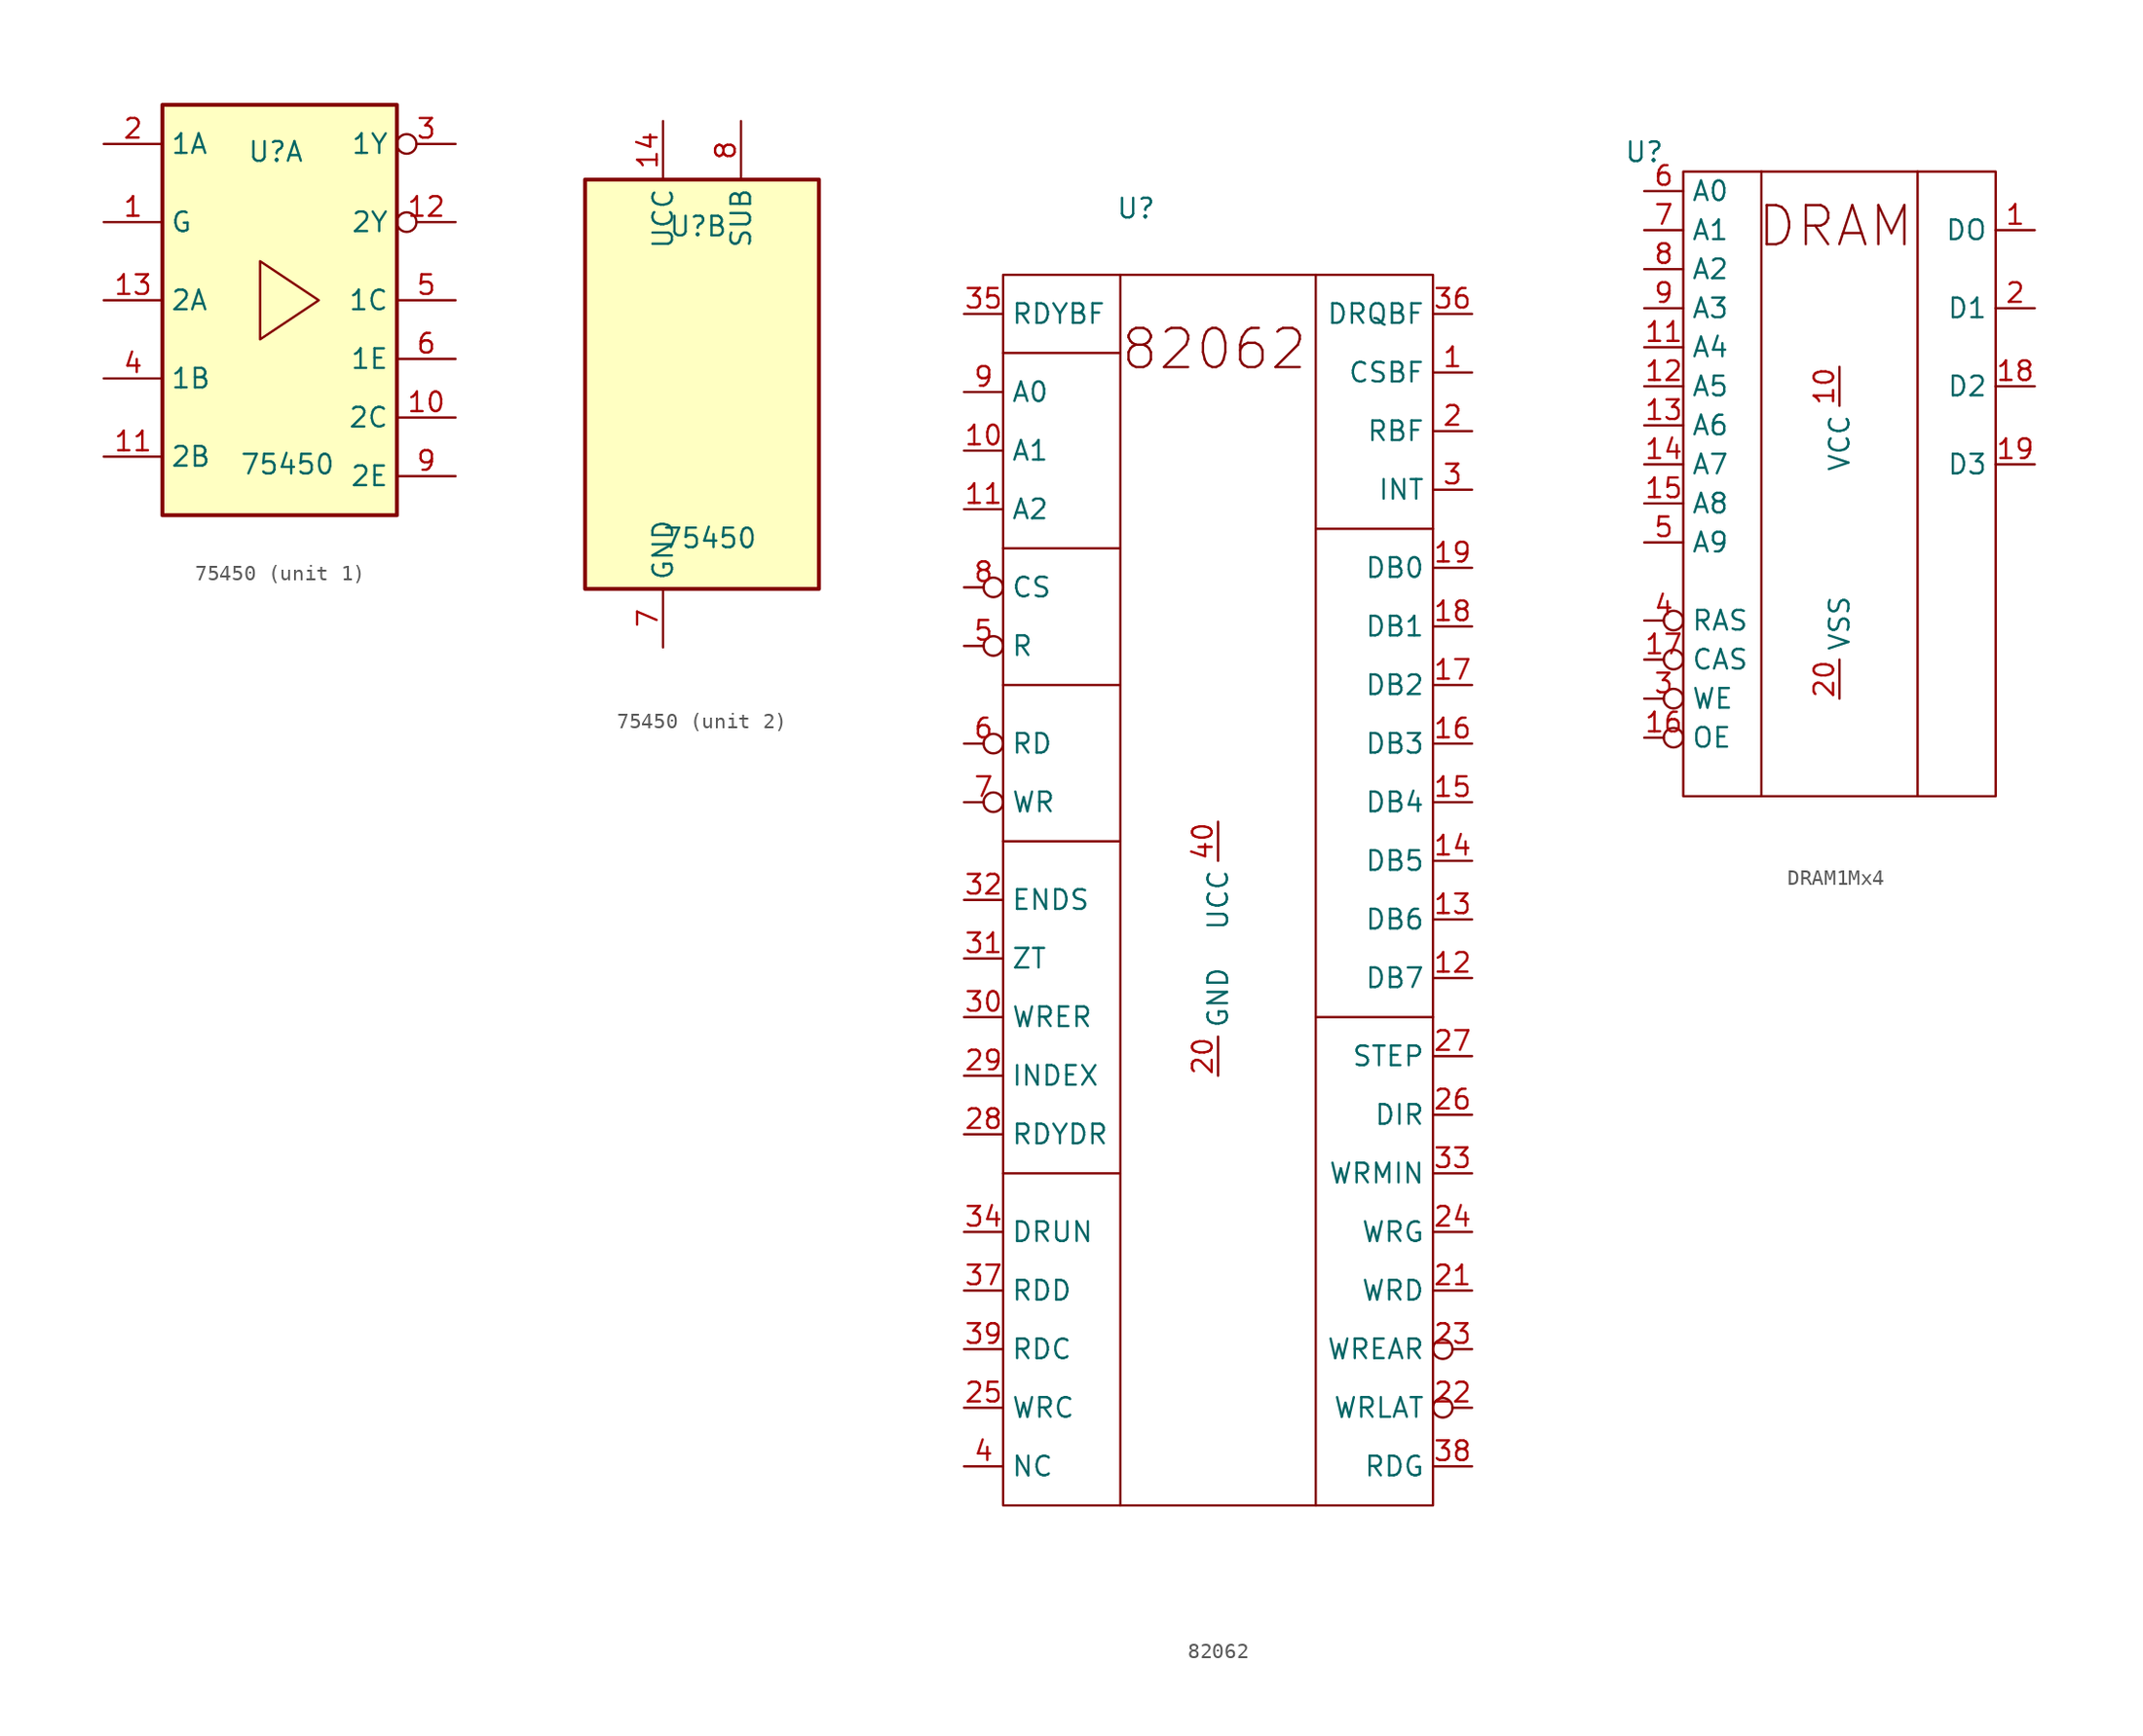
<source format=kicad_sym>
(kicad_symbol_lib
  (version 20231120)
  (generator "kicad_symbol_editor")
  (generator_version "8.0")
  (symbol "75450"
    (property "Reference" "U"
      (at 2.286 3.302 0)
      (effects (font (size 1.27 1.27))))
    (property "Value" "75450"
      (at 3.048 -17.018 0)
      (effects (font (size 1.27 1.27))))
    (property "ki_locked" ""
      (at 0 0 0)
      (effects (font (size 1.27 1.27))))
    (symbol "75450_0_1"
      (rectangle (start -5.08 6.35) (end 10.16 -20.32) (stroke (width 0.254) (type default)) (fill (type background))))
    (symbol "75450_1_1"
      (polyline (pts (xy 1.27 -3.81) (xy 5.08 -6.35) (xy 1.27 -8.89) (xy 1.27 -3.81)) (stroke (width 0) (type default)) (fill (type none)))
      (pin input line (at -8.89 -1.27 0) (length 3.81) (name "G" (effects (font (size 1.27 1.27)))) (number "1" (effects (font (size 1.27 1.27)))))
      (pin output line (at 13.97 -13.97 180) (length 3.81) (name "2C" (effects (font (size 1.27 1.27)))) (number "10" (effects (font (size 1.27 1.27)))))
      (pin input line (at -8.89 -16.51 0) (length 3.81) (name "2B" (effects (font (size 1.27 1.27)))) (number "11" (effects (font (size 1.27 1.27)))))
      (pin output inverted (at 13.97 -1.27 180) (length 3.81) (name "2Y" (effects (font (size 1.27 1.27)))) (number "12" (effects (font (size 1.27 1.27)))))
      (pin input line (at -8.89 -6.35 0) (length 3.81) (name "2A" (effects (font (size 1.27 1.27)))) (number "13" (effects (font (size 1.27 1.27)))))
      (pin input line (at -8.89 3.81 0) (length 3.81) (name "1A" (effects (font (size 1.27 1.27)))) (number "2" (effects (font (size 1.27 1.27)))))
      (pin output inverted (at 13.97 3.81 180) (length 3.81) (name "1Y" (effects (font (size 1.27 1.27)))) (number "3" (effects (font (size 1.27 1.27)))))
      (pin input line (at -8.89 -11.43 0) (length 3.81) (name "1B" (effects (font (size 1.27 1.27)))) (number "4" (effects (font (size 1.27 1.27)))))
      (pin output line (at 13.97 -6.35 180) (length 3.81) (name "1C" (effects (font (size 1.27 1.27)))) (number "5" (effects (font (size 1.27 1.27)))))
      (pin output line (at 13.97 -10.16 180) (length 3.81) (name "1E" (effects (font (size 1.27 1.27)))) (number "6" (effects (font (size 1.27 1.27)))))
      (pin output line (at 13.97 -17.78 180) (length 3.81) (name "2E" (effects (font (size 1.27 1.27)))) (number "9" (effects (font (size 1.27 1.27))))))
    (symbol "75450_2_1"
      (pin power_in line (at 0 10.16 270) (length 3.81) (name "UCC" (effects (font (size 1.27 1.27)))) (number "14" (effects (font (size 1.27 1.27)))))
      (pin power_in line (at 0 -24.13 90) (length 3.81) (name "GND" (effects (font (size 1.27 1.27)))) (number "7" (effects (font (size 1.27 1.27)))))
      (pin free line (at 5.08 10.16 270) (length 3.81) (name "SUB" (effects (font (size 1.27 1.27)))) (number "8" (effects (font (size 1.27 1.27)))))))
  (symbol "82062"
    (property "Reference" "U"
      (at 11.176 8.128 0)
      (effects (font (size 1.27 1.27))))
    (property "Value" ""
      (at 2.54 6.35 0)
      (effects (font (size 1.27 1.27))))
    (symbol "82062_0_1"
      (polyline (pts (xy 2.54 -54.61) (xy 10.16 -54.61)) (stroke (width 0) (type default)) (fill (type none)))
      (polyline (pts (xy 2.54 -33.02) (xy 10.16 -33.02)) (stroke (width 0) (type default)) (fill (type none)))
      (polyline (pts (xy 2.54 -22.86) (xy 10.16 -22.86)) (stroke (width 0) (type default)) (fill (type none)))
      (polyline (pts (xy 2.54 -13.97) (xy 10.16 -13.97)) (stroke (width 0) (type default)) (fill (type none)))
      (polyline (pts (xy 2.54 -1.27) (xy 10.16 -1.27)) (stroke (width 0) (type default)) (fill (type none)))
      (polyline (pts (xy 10.16 3.81) (xy 10.16 -76.2)) (stroke (width 0) (type default)) (fill (type none)))
      (polyline (pts (xy 22.86 -44.45) (xy 30.48 -44.45)) (stroke (width 0) (type default)) (fill (type none)))
      (polyline (pts (xy 22.86 -12.7) (xy 30.48 -12.7)) (stroke (width 0) (type default)) (fill (type none)))
      (polyline (pts (xy 22.86 3.81) (xy 22.86 -76.2)) (stroke (width 0) (type default)) (fill (type none)))
      (rectangle (start 2.54 3.81) (end 30.48 -76.2) (stroke (width 0) (type default)) (fill (type none))))
    (symbol "82062_1_1"
      (text "82062" (at 16.256 -1.016 0) (effects (font (size 2.54 2.54))))
      (pin output line (at 33.02 -2.54 180) (length 2.54) (name "CSBF" (effects (font (size 1.27 1.27)))) (number "1" (effects (font (size 1.27 1.27)))))
      (pin input line (at 0 -7.62 0) (length 2.54) (name "A1" (effects (font (size 1.27 1.27)))) (number "10" (effects (font (size 1.27 1.27)))))
      (pin input line (at 0 -11.43 0) (length 2.54) (name "A2" (effects (font (size 1.27 1.27)))) (number "11" (effects (font (size 1.27 1.27)))))
      (pin bidirectional line (at 33.02 -41.91 180) (length 2.54) (name "DB7" (effects (font (size 1.27 1.27)))) (number "12" (effects (font (size 1.27 1.27)))))
      (pin bidirectional line (at 33.02 -38.1 180) (length 2.54) (name "DB6" (effects (font (size 1.27 1.27)))) (number "13" (effects (font (size 1.27 1.27)))))
      (pin bidirectional line (at 33.02 -34.29 180) (length 2.54) (name "DB5" (effects (font (size 1.27 1.27)))) (number "14" (effects (font (size 1.27 1.27)))))
      (pin bidirectional line (at 33.02 -30.48 180) (length 2.54) (name "DB4" (effects (font (size 1.27 1.27)))) (number "15" (effects (font (size 1.27 1.27)))))
      (pin bidirectional line (at 33.02 -26.67 180) (length 2.54) (name "DB3" (effects (font (size 1.27 1.27)))) (number "16" (effects (font (size 1.27 1.27)))))
      (pin bidirectional line (at 33.02 -22.86 180) (length 2.54) (name "DB2" (effects (font (size 1.27 1.27)))) (number "17" (effects (font (size 1.27 1.27)))))
      (pin bidirectional line (at 33.02 -19.05 180) (length 2.54) (name "DB1" (effects (font (size 1.27 1.27)))) (number "18" (effects (font (size 1.27 1.27)))))
      (pin bidirectional line (at 33.02 -15.24 180) (length 2.54) (name "DB0" (effects (font (size 1.27 1.27)))) (number "19" (effects (font (size 1.27 1.27)))))
      (pin output line (at 33.02 -6.35 180) (length 2.54) (name "RBF" (effects (font (size 1.27 1.27)))) (number "2" (effects (font (size 1.27 1.27)))))
      (pin power_in line (at 16.51 -48.26 90) (length 2.54) (name "GND" (effects (font (size 1.27 1.27)))) (number "20" (effects (font (size 1.27 1.27)))))
      (pin output line (at 33.02 -62.23 180) (length 2.54) (name "WRD" (effects (font (size 1.27 1.27)))) (number "21" (effects (font (size 1.27 1.27)))))
      (pin output inverted (at 33.02 -69.85 180) (length 2.54) (name "WRLAT" (effects (font (size 1.27 1.27)))) (number "22" (effects (font (size 1.27 1.27)))))
      (pin output inverted (at 33.02 -66.04 180) (length 2.54) (name "WREAR" (effects (font (size 1.27 1.27)))) (number "23" (effects (font (size 1.27 1.27)))))
      (pin output line (at 33.02 -58.42 180) (length 2.54) (name "WRG" (effects (font (size 1.27 1.27)))) (number "24" (effects (font (size 1.27 1.27)))))
      (pin input line (at 0 -69.85 0) (length 2.54) (name "WRC" (effects (font (size 1.27 1.27)))) (number "25" (effects (font (size 1.27 1.27)))))
      (pin output line (at 33.02 -50.8 180) (length 2.54) (name "DIR" (effects (font (size 1.27 1.27)))) (number "26" (effects (font (size 1.27 1.27)))))
      (pin output line (at 33.02 -46.99 180) (length 2.54) (name "STEP" (effects (font (size 1.27 1.27)))) (number "27" (effects (font (size 1.27 1.27)))))
      (pin input line (at 0 -52.07 0) (length 2.54) (name "RDYDR" (effects (font (size 1.27 1.27)))) (number "28" (effects (font (size 1.27 1.27)))))
      (pin input line (at 0 -48.26 0) (length 2.54) (name "INDEX" (effects (font (size 1.27 1.27)))) (number "29" (effects (font (size 1.27 1.27)))))
      (pin output line (at 33.02 -10.16 180) (length 2.54) (name "INT" (effects (font (size 1.27 1.27)))) (number "3" (effects (font (size 1.27 1.27)))))
      (pin input line (at 0 -44.45 0) (length 2.54) (name "WRER" (effects (font (size 1.27 1.27)))) (number "30" (effects (font (size 1.27 1.27)))))
      (pin input line (at 0 -40.64 0) (length 2.54) (name "ZT" (effects (font (size 1.27 1.27)))) (number "31" (effects (font (size 1.27 1.27)))))
      (pin input line (at 0 -36.83 0) (length 2.54) (name "ENDS" (effects (font (size 1.27 1.27)))) (number "32" (effects (font (size 1.27 1.27)))))
      (pin output line (at 33.02 -54.61 180) (length 2.54) (name "WRMIN" (effects (font (size 1.27 1.27)))) (number "33" (effects (font (size 1.27 1.27)))))
      (pin input line (at 0 -58.42 0) (length 2.54) (name "DRUN" (effects (font (size 1.27 1.27)))) (number "34" (effects (font (size 1.27 1.27)))))
      (pin input line (at 0 1.27 0) (length 2.54) (name "RDYBF" (effects (font (size 1.27 1.27)))) (number "35" (effects (font (size 1.27 1.27)))))
      (pin output line (at 33.02 1.27 180) (length 2.54) (name "DRQBF" (effects (font (size 1.27 1.27)))) (number "36" (effects (font (size 1.27 1.27)))))
      (pin input line (at 0 -62.23 0) (length 2.54) (name "RDD" (effects (font (size 1.27 1.27)))) (number "37" (effects (font (size 1.27 1.27)))))
      (pin output line (at 33.02 -73.66 180) (length 2.54) (name "RDG" (effects (font (size 1.27 1.27)))) (number "38" (effects (font (size 1.27 1.27)))))
      (pin input line (at 0 -66.04 0) (length 2.54) (name "RDC" (effects (font (size 1.27 1.27)))) (number "39" (effects (font (size 1.27 1.27)))))
      (pin free line (at 0 -73.66 0) (length 2.54) (name "NC" (effects (font (size 1.27 1.27)))) (number "4" (effects (font (size 1.27 1.27)))))
      (pin power_in line (at 16.51 -31.75 270) (length 2.54) (name "UCC" (effects (font (size 1.27 1.27)))) (number "40" (effects (font (size 1.27 1.27)))))
      (pin input inverted (at 0 -20.32 0) (length 2.54) (name "R" (effects (font (size 1.27 1.27)))) (number "5" (effects (font (size 1.27 1.27)))))
      (pin bidirectional inverted (at 0 -26.67 0) (length 2.54) (name "RD" (effects (font (size 1.27 1.27)))) (number "6" (effects (font (size 1.27 1.27)))))
      (pin bidirectional inverted (at 0 -30.48 0) (length 2.54) (name "WR" (effects (font (size 1.27 1.27)))) (number "7" (effects (font (size 1.27 1.27)))))
      (pin input inverted (at 0 -16.51 0) (length 2.54) (name "CS" (effects (font (size 1.27 1.27)))) (number "8" (effects (font (size 1.27 1.27)))))
      (pin input line (at 0 -3.81 0) (length 2.54) (name "A0" (effects (font (size 1.27 1.27)))) (number "9" (effects (font (size 1.27 1.27)))))))
  (symbol "DRAM1Mx4"
    (property "Reference" "U"
      (at 0 5.08 0)
      (effects (font (size 1.27 1.27))))
    (property "Value" ""
      (at 2.54 6.35 0)
      (effects (font (size 1.27 1.27))))
    (symbol "DRAM1Mx4_0_1"
      (polyline (pts (xy 7.62 3.81) (xy 7.62 -36.83)) (stroke (width 0) (type default)) (fill (type none)))
      (polyline (pts (xy 17.78 3.81) (xy 17.78 -36.83)) (stroke (width 0) (type default)) (fill (type none)))
      (rectangle (start 2.54 3.81) (end 22.86 -36.83) (stroke (width 0) (type default)) (fill (type none))))
    (symbol "DRAM1Mx4_1_1"
      (text "DRAM" (at 12.446 0.254 0) (effects (font (size 2.54 2.54))))
      (pin tri_state line (at 25.4 0 180) (length 2.54) (name "DO" (effects (font (size 1.27 1.27)))) (number "1" (effects (font (size 1.27 1.27)))))
      (pin power_in line (at 12.7 -8.89 270) (length 2.54) (name "VCC" (effects (font (size 1.27 1.27)))) (number "10" (effects (font (size 1.27 1.27)))))
      (pin input line (at 0 -7.62 0) (length 2.54) (name "A4" (effects (font (size 1.27 1.27)))) (number "11" (effects (font (size 1.27 1.27)))))
      (pin input line (at 0 -10.16 0) (length 2.54) (name "A5" (effects (font (size 1.27 1.27)))) (number "12" (effects (font (size 1.27 1.27)))))
      (pin input line (at 0 -12.7 0) (length 2.54) (name "A6" (effects (font (size 1.27 1.27)))) (number "13" (effects (font (size 1.27 1.27)))))
      (pin input line (at 0 -15.24 0) (length 2.54) (name "A7" (effects (font (size 1.27 1.27)))) (number "14" (effects (font (size 1.27 1.27)))))
      (pin input line (at 0 -17.78 0) (length 2.54) (name "A8" (effects (font (size 1.27 1.27)))) (number "15" (effects (font (size 1.27 1.27)))))
      (pin input inverted (at 0 -33.02 0) (length 2.54) (name "OE" (effects (font (size 1.27 1.27)))) (number "16" (effects (font (size 1.27 1.27)))))
      (pin input inverted (at 0 -27.94 0) (length 2.54) (name "CAS" (effects (font (size 1.27 1.27)))) (number "17" (effects (font (size 1.27 1.27)))))
      (pin tri_state line (at 25.4 -10.16 180) (length 2.54) (name "D2" (effects (font (size 1.27 1.27)))) (number "18" (effects (font (size 1.27 1.27)))))
      (pin tri_state line (at 25.4 -15.24 180) (length 2.54) (name "D3" (effects (font (size 1.27 1.27)))) (number "19" (effects (font (size 1.27 1.27)))))
      (pin tri_state line (at 25.4 -5.08 180) (length 2.54) (name "D1" (effects (font (size 1.27 1.27)))) (number "2" (effects (font (size 1.27 1.27)))))
      (pin power_in line (at 12.7 -30.48 90) (length 2.54) (name "VSS" (effects (font (size 1.27 1.27)))) (number "20" (effects (font (size 1.27 1.27)))))
      (pin input inverted (at 0 -30.48 0) (length 2.54) (name "WE" (effects (font (size 1.27 1.27)))) (number "3" (effects (font (size 1.27 1.27)))))
      (pin input inverted (at 0 -25.4 0) (length 2.54) (name "RAS" (effects (font (size 1.27 1.27)))) (number "4" (effects (font (size 1.27 1.27)))))
      (pin input line (at 0 -20.32 0) (length 2.54) (name "A9" (effects (font (size 1.27 1.27)))) (number "5" (effects (font (size 1.27 1.27)))))
      (pin input line (at 0 2.54 0) (length 2.54) (name "A0" (effects (font (size 1.27 1.27)))) (number "6" (effects (font (size 1.27 1.27)))))
      (pin input line (at 0 0 0) (length 2.54) (name "A1" (effects (font (size 1.27 1.27)))) (number "7" (effects (font (size 1.27 1.27)))))
      (pin input line (at 0 -2.54 0) (length 2.54) (name "A2" (effects (font (size 1.27 1.27)))) (number "8" (effects (font (size 1.27 1.27)))))
      (pin input line (at 0 -5.08 0) (length 2.54) (name "A3" (effects (font (size 1.27 1.27)))) (number "9" (effects (font (size 1.27 1.27))))))))
</source>
